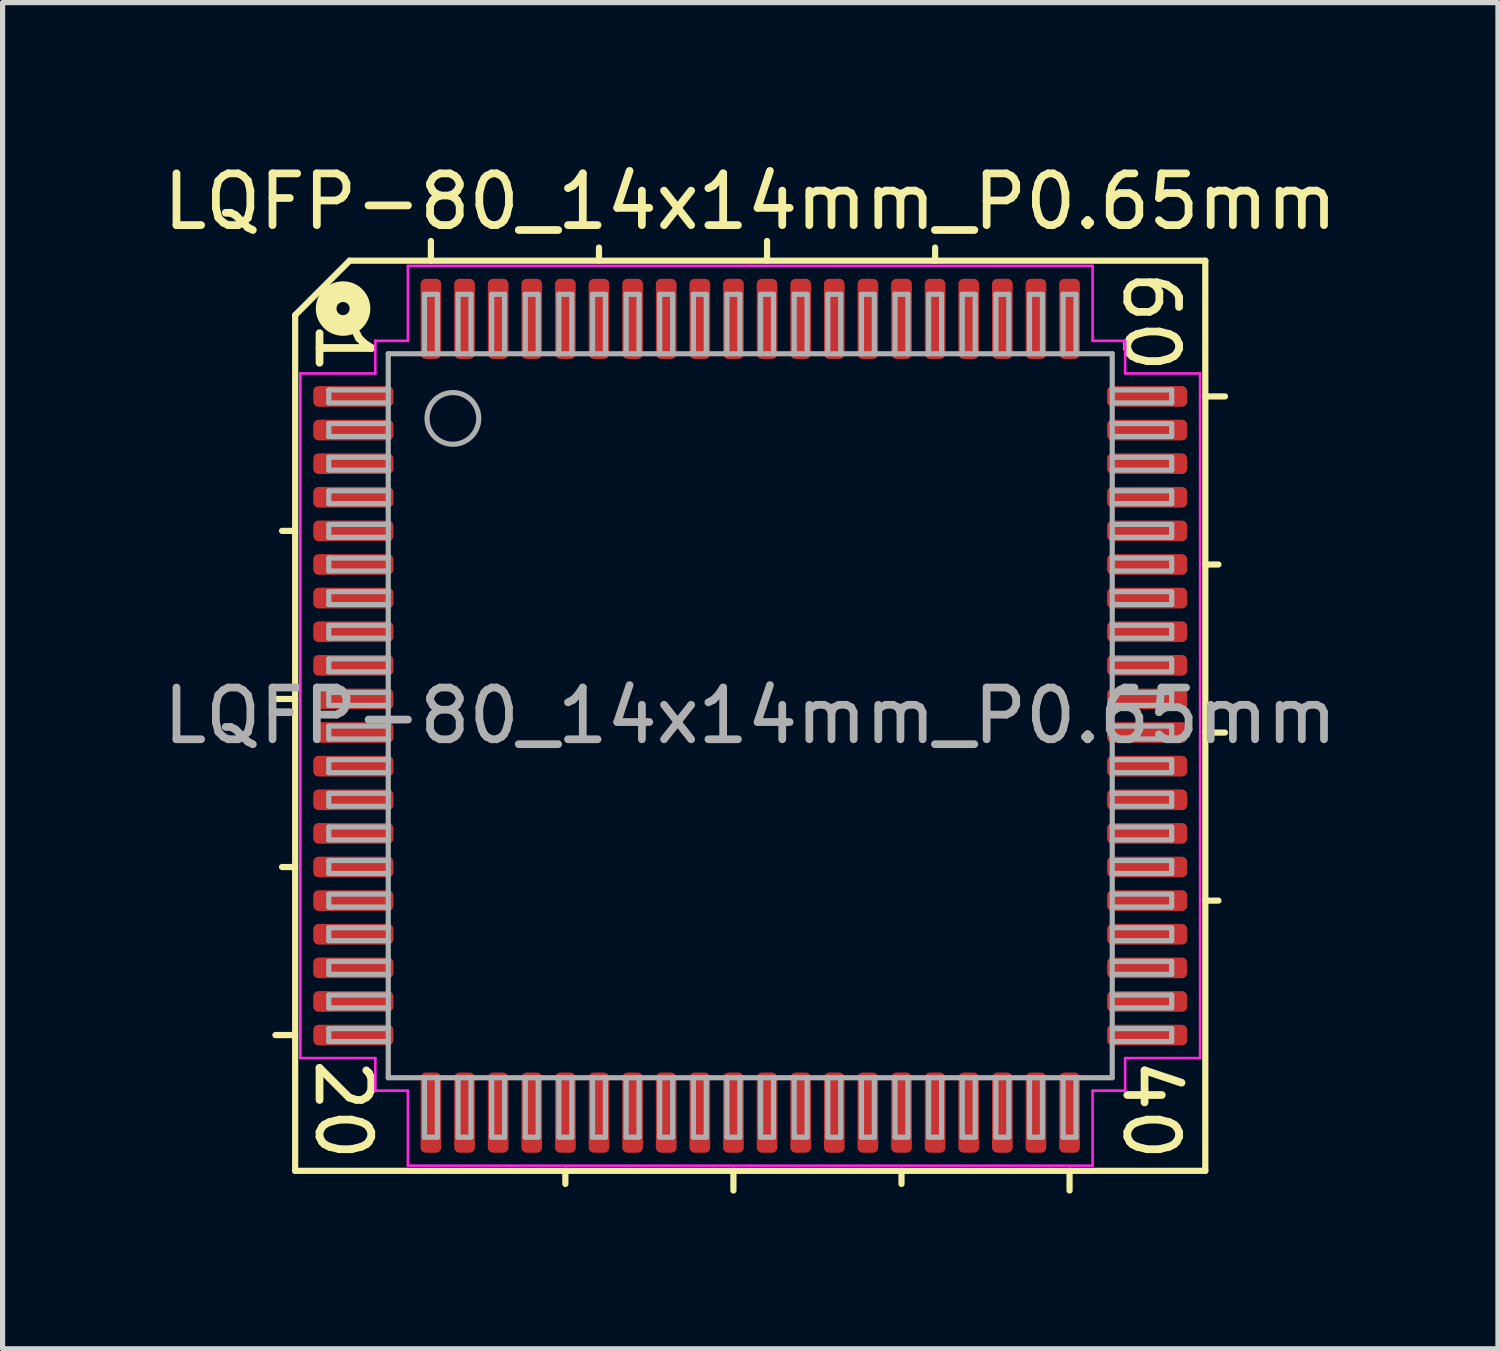
<source format=kicad_pcb>
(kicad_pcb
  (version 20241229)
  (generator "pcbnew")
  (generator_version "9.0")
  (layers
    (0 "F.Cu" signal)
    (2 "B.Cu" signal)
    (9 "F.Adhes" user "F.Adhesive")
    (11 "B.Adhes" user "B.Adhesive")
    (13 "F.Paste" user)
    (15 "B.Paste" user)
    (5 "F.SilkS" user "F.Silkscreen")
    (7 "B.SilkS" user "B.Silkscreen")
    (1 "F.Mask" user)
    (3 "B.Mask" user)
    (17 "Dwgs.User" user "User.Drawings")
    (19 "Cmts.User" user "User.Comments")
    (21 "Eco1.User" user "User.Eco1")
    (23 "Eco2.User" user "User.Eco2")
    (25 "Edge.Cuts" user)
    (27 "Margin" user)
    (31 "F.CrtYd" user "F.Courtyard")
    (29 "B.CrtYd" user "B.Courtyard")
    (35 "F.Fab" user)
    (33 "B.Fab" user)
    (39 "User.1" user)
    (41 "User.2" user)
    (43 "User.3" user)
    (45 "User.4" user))
  (footprint "LQFP-80_14x14mm_P0.65mm"
    (layer "F.Cu")
    (at 11.458 10.791)
    (property "Reference" "LQFP-80_14x14mm_P0.65mm" (at 0 -9.943 0) (layer "F.SilkS") (effects (font (size 1 1) (thickness 0.15))))
    (attr smd)
    (fp_line (start -8.8 -7.747) (end -8.8 8.8) (stroke (width 0.12) (type solid)) (layer "F.SilkS"))
    (fp_line (start -8.8 -3.575) (end -9.054 -3.575) (stroke (width 0.12) (type solid)) (layer "F.SilkS"))
    (fp_line (start -8.8 -0.325) (end -9.181 -0.325) (stroke (width 0.12) (type solid)) (layer "F.SilkS"))
    (fp_line (start -8.8 2.925) (end -9.054 2.925) (stroke (width 0.12) (type solid)) (layer "F.SilkS"))
    (fp_line (start -8.8 6.175) (end -9.181 6.175) (stroke (width 0.12) (type solid)) (layer "F.SilkS"))
    (fp_line (start -8.8 8.8) (end 8.8 8.8) (stroke (width 0.12) (type solid)) (layer "F.SilkS"))
    (fp_line (start -7.747 -8.8) (end -8.8 -7.747) (stroke (width 0.12) (type solid)) (layer "F.SilkS"))
    (fp_line (start -6.175 -8.8) (end -6.175 -9.181) (stroke (width 0.12) (type solid)) (layer "F.SilkS"))
    (fp_line (start -3.575 8.8) (end -3.575 9.054) (stroke (width 0.12) (type solid)) (layer "F.SilkS"))
    (fp_line (start -2.925 -8.8) (end -2.925 -9.054) (stroke (width 0.12) (type solid)) (layer "F.SilkS"))
    (fp_line (start -0.325 8.8) (end -0.325 9.181) (stroke (width 0.12) (type solid)) (layer "F.SilkS"))
    (fp_line (start 0.325 -8.8) (end 0.325 -9.181) (stroke (width 0.12) (type solid)) (layer "F.SilkS"))
    (fp_line (start 2.925 8.8) (end 2.925 9.054) (stroke (width 0.12) (type solid)) (layer "F.SilkS"))
    (fp_line (start 3.575 -8.8) (end 3.575 -9.054) (stroke (width 0.12) (type solid)) (layer "F.SilkS"))
    (fp_line (start 6.175 8.8) (end 6.175 9.181) (stroke (width 0.12) (type solid)) (layer "F.SilkS"))
    (fp_line (start 8.8 -8.8) (end -7.747 -8.8) (stroke (width 0.12) (type solid)) (layer "F.SilkS"))
    (fp_line (start 8.8 -6.175) (end 9.181 -6.175) (stroke (width 0.12) (type solid)) (layer "F.SilkS"))
    (fp_line (start 8.8 -2.925) (end 9.054 -2.925) (stroke (width 0.12) (type solid)) (layer "F.SilkS"))
    (fp_line (start 8.8 0.325) (end 9.181 0.325) (stroke (width 0.12) (type solid)) (layer "F.SilkS"))
    (fp_line (start 8.8 3.575) (end 9.054 3.575) (stroke (width 0.12) (type solid)) (layer "F.SilkS"))
    (fp_line (start 8.8 8.8) (end 8.8 -8.8) (stroke (width 0.12) (type solid)) (layer "F.SilkS"))
    (fp_circle (center -7.874 -7.874) (end -7.747 -7.874) (stroke (width 0.4) (type solid)) (fill no) (layer "F.SilkS"))
    (fp_line (start -8.7 -6.62) (end -8.7 0) (stroke (width 0.05) (type solid)) (layer "F.CrtYd"))
    (fp_line (start -8.7 6.62) (end -8.7 0) (stroke (width 0.05) (type solid)) (layer "F.CrtYd"))
    (fp_line (start -7.25 -7.25) (end -7.25 -6.62) (stroke (width 0.05) (type solid)) (layer "F.CrtYd"))
    (fp_line (start -7.25 -6.62) (end -8.7 -6.62) (stroke (width 0.05) (type solid)) (layer "F.CrtYd"))
    (fp_line (start -7.25 6.62) (end -8.7 6.62) (stroke (width 0.05) (type solid)) (layer "F.CrtYd"))
    (fp_line (start -7.25 7.25) (end -7.25 6.62) (stroke (width 0.05) (type solid)) (layer "F.CrtYd"))
    (fp_line (start -6.62 -8.7) (end -6.62 -7.25) (stroke (width 0.05) (type solid)) (layer "F.CrtYd"))
    (fp_line (start -6.62 -7.25) (end -7.25 -7.25) (stroke (width 0.05) (type solid)) (layer "F.CrtYd"))
    (fp_line (start -6.62 7.25) (end -7.25 7.25) (stroke (width 0.05) (type solid)) (layer "F.CrtYd"))
    (fp_line (start -6.62 8.7) (end -6.62 7.25) (stroke (width 0.05) (type solid)) (layer "F.CrtYd"))
    (fp_line (start 0 -8.7) (end -6.62 -8.7) (stroke (width 0.05) (type solid)) (layer "F.CrtYd"))
    (fp_line (start 0 -8.7) (end 6.62 -8.7) (stroke (width 0.05) (type solid)) (layer "F.CrtYd"))
    (fp_line (start 0 8.7) (end -6.62 8.7) (stroke (width 0.05) (type solid)) (layer "F.CrtYd"))
    (fp_line (start 0 8.7) (end 6.62 8.7) (stroke (width 0.05) (type solid)) (layer "F.CrtYd"))
    (fp_line (start 6.62 -8.7) (end 6.62 -7.25) (stroke (width 0.05) (type solid)) (layer "F.CrtYd"))
    (fp_line (start 6.62 -7.25) (end 7.25 -7.25) (stroke (width 0.05) (type solid)) (layer "F.CrtYd"))
    (fp_line (start 6.62 7.25) (end 7.25 7.25) (stroke (width 0.05) (type solid)) (layer "F.CrtYd"))
    (fp_line (start 6.62 8.7) (end 6.62 7.25) (stroke (width 0.05) (type solid)) (layer "F.CrtYd"))
    (fp_line (start 7.25 -7.25) (end 7.25 -6.62) (stroke (width 0.05) (type solid)) (layer "F.CrtYd"))
    (fp_line (start 7.25 -6.62) (end 8.7 -6.62) (stroke (width 0.05) (type solid)) (layer "F.CrtYd"))
    (fp_line (start 7.25 6.62) (end 8.7 6.62) (stroke (width 0.05) (type solid)) (layer "F.CrtYd"))
    (fp_line (start 7.25 7.25) (end 7.25 6.62) (stroke (width 0.05) (type solid)) (layer "F.CrtYd"))
    (fp_line (start 8.7 -6.62) (end 8.7 0) (stroke (width 0.05) (type solid)) (layer "F.CrtYd"))
    (fp_line (start 8.7 6.62) (end 8.7 0) (stroke (width 0.05) (type solid)) (layer "F.CrtYd"))
    (fp_line (start -8.15 -6.3) (end -8.15 -6.05) (stroke (width 0.1) (type solid)) (layer "F.Fab"))
    (fp_line (start -8.15 -6.3) (end -7 -6.3) (stroke (width 0.1) (type solid)) (layer "F.Fab"))
    (fp_line (start -8.15 -6.05) (end -7 -6.05) (stroke (width 0.1) (type solid)) (layer "F.Fab"))
    (fp_line (start -8.15 -5.65) (end -8.15 -5.4) (stroke (width 0.1) (type solid)) (layer "F.Fab"))
    (fp_line (start -8.15 -5.65) (end -7 -5.65) (stroke (width 0.1) (type solid)) (layer "F.Fab"))
    (fp_line (start -8.15 -5.4) (end -7 -5.4) (stroke (width 0.1) (type solid)) (layer "F.Fab"))
    (fp_line (start -8.15 -5) (end -8.15 -4.75) (stroke (width 0.1) (type solid)) (layer "F.Fab"))
    (fp_line (start -8.15 -5) (end -7 -5) (stroke (width 0.1) (type solid)) (layer "F.Fab"))
    (fp_line (start -8.15 -4.75) (end -7 -4.75) (stroke (width 0.1) (type solid)) (layer "F.Fab"))
    (fp_line (start -8.15 -4.35) (end -8.15 -4.1) (stroke (width 0.1) (type solid)) (layer "F.Fab"))
    (fp_line (start -8.15 -4.35) (end -7 -4.35) (stroke (width 0.1) (type solid)) (layer "F.Fab"))
    (fp_line (start -8.15 -4.1) (end -7 -4.1) (stroke (width 0.1) (type solid)) (layer "F.Fab"))
    (fp_line (start -8.15 -3.7) (end -8.15 -3.45) (stroke (width 0.1) (type solid)) (layer "F.Fab"))
    (fp_line (start -8.15 -3.7) (end -7 -3.7) (stroke (width 0.1) (type solid)) (layer "F.Fab"))
    (fp_line (start -8.15 -3.45) (end -7 -3.45) (stroke (width 0.1) (type solid)) (layer "F.Fab"))
    (fp_line (start -8.15 -3.05) (end -8.15 -2.8) (stroke (width 0.1) (type solid)) (layer "F.Fab"))
    (fp_line (start -8.15 -3.05) (end -7 -3.05) (stroke (width 0.1) (type solid)) (layer "F.Fab"))
    (fp_line (start -8.15 -2.8) (end -7 -2.8) (stroke (width 0.1) (type solid)) (layer "F.Fab"))
    (fp_line (start -8.15 -2.4) (end -8.15 -2.15) (stroke (width 0.1) (type solid)) (layer "F.Fab"))
    (fp_line (start -8.15 -2.4) (end -7 -2.4) (stroke (width 0.1) (type solid)) (layer "F.Fab"))
    (fp_line (start -8.15 -2.15) (end -7 -2.15) (stroke (width 0.1) (type solid)) (layer "F.Fab"))
    (fp_line (start -8.15 -1.75) (end -8.15 -1.5) (stroke (width 0.1) (type solid)) (layer "F.Fab"))
    (fp_line (start -8.15 -1.75) (end -7 -1.75) (stroke (width 0.1) (type solid)) (layer "F.Fab"))
    (fp_line (start -8.15 -1.5) (end -7 -1.5) (stroke (width 0.1) (type solid)) (layer "F.Fab"))
    (fp_line (start -8.15 -1.1) (end -8.15 -0.85) (stroke (width 0.1) (type solid)) (layer "F.Fab"))
    (fp_line (start -8.15 -1.1) (end -7 -1.1) (stroke (width 0.1) (type solid)) (layer "F.Fab"))
    (fp_line (start -8.15 -0.85) (end -7 -0.85) (stroke (width 0.1) (type solid)) (layer "F.Fab"))
    (fp_line (start -8.15 -0.45) (end -8.15 -0.2) (stroke (width 0.1) (type solid)) (layer "F.Fab"))
    (fp_line (start -8.15 -0.45) (end -7 -0.45) (stroke (width 0.1) (type solid)) (layer "F.Fab"))
    (fp_line (start -8.15 -0.2) (end -7 -0.2) (stroke (width 0.1) (type solid)) (layer "F.Fab"))
    (fp_line (start -8.15 0.2) (end -8.15 0.45) (stroke (width 0.1) (type solid)) (layer "F.Fab"))
    (fp_line (start -8.15 0.2) (end -7 0.2) (stroke (width 0.1) (type solid)) (layer "F.Fab"))
    (fp_line (start -8.15 0.45) (end -7 0.45) (stroke (width 0.1) (type solid)) (layer "F.Fab"))
    (fp_line (start -8.15 0.85) (end -8.15 1.1) (stroke (width 0.1) (type solid)) (layer "F.Fab"))
    (fp_line (start -8.15 0.85) (end -7 0.85) (stroke (width 0.1) (type solid)) (layer "F.Fab"))
    (fp_line (start -8.15 1.1) (end -7 1.1) (stroke (width 0.1) (type solid)) (layer "F.Fab"))
    (fp_line (start -8.15 1.5) (end -8.15 1.75) (stroke (width 0.1) (type solid)) (layer "F.Fab"))
    (fp_line (start -8.15 1.5) (end -7 1.5) (stroke (width 0.1) (type solid)) (layer "F.Fab"))
    (fp_line (start -8.15 1.75) (end -7 1.75) (stroke (width 0.1) (type solid)) (layer "F.Fab"))
    (fp_line (start -8.15 2.15) (end -8.15 2.4) (stroke (width 0.1) (type solid)) (layer "F.Fab"))
    (fp_line (start -8.15 2.15) (end -7 2.15) (stroke (width 0.1) (type solid)) (layer "F.Fab"))
    (fp_line (start -8.15 2.4) (end -7 2.4) (stroke (width 0.1) (type solid)) (layer "F.Fab"))
    (fp_line (start -8.15 2.8) (end -8.15 3.05) (stroke (width 0.1) (type solid)) (layer "F.Fab"))
    (fp_line (start -8.15 2.8) (end -7 2.8) (stroke (width 0.1) (type solid)) (layer "F.Fab"))
    (fp_line (start -8.15 3.05) (end -7 3.05) (stroke (width 0.1) (type solid)) (layer "F.Fab"))
    (fp_line (start -8.15 3.45) (end -8.15 3.7) (stroke (width 0.1) (type solid)) (layer "F.Fab"))
    (fp_line (start -8.15 3.45) (end -7 3.45) (stroke (width 0.1) (type solid)) (layer "F.Fab"))
    (fp_line (start -8.15 3.7) (end -7 3.7) (stroke (width 0.1) (type solid)) (layer "F.Fab"))
    (fp_line (start -8.15 4.1) (end -8.15 4.35) (stroke (width 0.1) (type solid)) (layer "F.Fab"))
    (fp_line (start -8.15 4.1) (end -7 4.1) (stroke (width 0.1) (type solid)) (layer "F.Fab"))
    (fp_line (start -8.15 4.35) (end -7 4.35) (stroke (width 0.1) (type solid)) (layer "F.Fab"))
    (fp_line (start -8.15 4.75) (end -8.15 5) (stroke (width 0.1) (type solid)) (layer "F.Fab"))
    (fp_line (start -8.15 4.75) (end -7 4.75) (stroke (width 0.1) (type solid)) (layer "F.Fab"))
    (fp_line (start -8.15 5) (end -7 5) (stroke (width 0.1) (type solid)) (layer "F.Fab"))
    (fp_line (start -8.15 5.4) (end -8.15 5.65) (stroke (width 0.1) (type solid)) (layer "F.Fab"))
    (fp_line (start -8.15 5.4) (end -7 5.4) (stroke (width 0.1) (type solid)) (layer "F.Fab"))
    (fp_line (start -8.15 5.65) (end -7 5.65) (stroke (width 0.1) (type solid)) (layer "F.Fab"))
    (fp_line (start -8.15 6.05) (end -8.15 6.3) (stroke (width 0.1) (type solid)) (layer "F.Fab"))
    (fp_line (start -8.15 6.05) (end -7 6.05) (stroke (width 0.1) (type solid)) (layer "F.Fab"))
    (fp_line (start -8.15 6.3) (end -7 6.3) (stroke (width 0.1) (type solid)) (layer "F.Fab"))
    (fp_line (start -7 -7) (end 7 -7) (stroke (width 0.1) (type solid)) (layer "F.Fab"))
    (fp_line (start -7 7) (end -7 -7) (stroke (width 0.1) (type solid)) (layer "F.Fab"))
    (fp_line (start -6.3 -8.15) (end -6.3 -7) (stroke (width 0.1) (type solid)) (layer "F.Fab"))
    (fp_line (start -6.3 8.15) (end -6.3 7) (stroke (width 0.1) (type solid)) (layer "F.Fab"))
    (fp_line (start -6.3 8.15) (end -6.05 8.15) (stroke (width 0.1) (type solid)) (layer "F.Fab"))
    (fp_line (start -6.05 -8.15) (end -6.3 -8.15) (stroke (width 0.1) (type solid)) (layer "F.Fab"))
    (fp_line (start -6.05 -8.15) (end -6.05 -7) (stroke (width 0.1) (type solid)) (layer "F.Fab"))
    (fp_line (start -6.05 8.15) (end -6.05 7) (stroke (width 0.1) (type solid)) (layer "F.Fab"))
    (fp_line (start -5.65 -8.15) (end -5.65 -7) (stroke (width 0.1) (type solid)) (layer "F.Fab"))
    (fp_line (start -5.65 8.15) (end -5.65 7) (stroke (width 0.1) (type solid)) (layer "F.Fab"))
    (fp_line (start -5.65 8.15) (end -5.4 8.15) (stroke (width 0.1) (type solid)) (layer "F.Fab"))
    (fp_line (start -5.4 -8.15) (end -5.65 -8.15) (stroke (width 0.1) (type solid)) (layer "F.Fab"))
    (fp_line (start -5.4 -8.15) (end -5.4 -7) (stroke (width 0.1) (type solid)) (layer "F.Fab"))
    (fp_line (start -5.4 8.15) (end -5.4 7) (stroke (width 0.1) (type solid)) (layer "F.Fab"))
    (fp_line (start -5 -8.15) (end -5 -7) (stroke (width 0.1) (type solid)) (layer "F.Fab"))
    (fp_line (start -5 8.15) (end -5 7) (stroke (width 0.1) (type solid)) (layer "F.Fab"))
    (fp_line (start -5 8.15) (end -4.75 8.15) (stroke (width 0.1) (type solid)) (layer "F.Fab"))
    (fp_line (start -4.75 -8.15) (end -5 -8.15) (stroke (width 0.1) (type solid)) (layer "F.Fab"))
    (fp_line (start -4.75 -8.15) (end -4.75 -7) (stroke (width 0.1) (type solid)) (layer "F.Fab"))
    (fp_line (start -4.75 8.15) (end -4.75 7) (stroke (width 0.1) (type solid)) (layer "F.Fab"))
    (fp_line (start -4.35 -8.15) (end -4.35 -7) (stroke (width 0.1) (type solid)) (layer "F.Fab"))
    (fp_line (start -4.35 8.15) (end -4.35 7) (stroke (width 0.1) (type solid)) (layer "F.Fab"))
    (fp_line (start -4.35 8.15) (end -4.1 8.15) (stroke (width 0.1) (type solid)) (layer "F.Fab"))
    (fp_line (start -4.1 -8.15) (end -4.35 -8.15) (stroke (width 0.1) (type solid)) (layer "F.Fab"))
    (fp_line (start -4.1 -8.15) (end -4.1 -7) (stroke (width 0.1) (type solid)) (layer "F.Fab"))
    (fp_line (start -4.1 8.15) (end -4.1 7) (stroke (width 0.1) (type solid)) (layer "F.Fab"))
    (fp_line (start -3.7 -8.15) (end -3.7 -7) (stroke (width 0.1) (type solid)) (layer "F.Fab"))
    (fp_line (start -3.7 8.15) (end -3.7 7) (stroke (width 0.1) (type solid)) (layer "F.Fab"))
    (fp_line (start -3.7 8.15) (end -3.45 8.15) (stroke (width 0.1) (type solid)) (layer "F.Fab"))
    (fp_line (start -3.45 -8.15) (end -3.7 -8.15) (stroke (width 0.1) (type solid)) (layer "F.Fab"))
    (fp_line (start -3.45 -8.15) (end -3.45 -7) (stroke (width 0.1) (type solid)) (layer "F.Fab"))
    (fp_line (start -3.45 8.15) (end -3.45 7) (stroke (width 0.1) (type solid)) (layer "F.Fab"))
    (fp_line (start -3.05 -8.15) (end -3.05 -7) (stroke (width 0.1) (type solid)) (layer "F.Fab"))
    (fp_line (start -3.05 8.15) (end -3.05 7) (stroke (width 0.1) (type solid)) (layer "F.Fab"))
    (fp_line (start -3.05 8.15) (end -2.8 8.15) (stroke (width 0.1) (type solid)) (layer "F.Fab"))
    (fp_line (start -2.8 -8.15) (end -3.05 -8.15) (stroke (width 0.1) (type solid)) (layer "F.Fab"))
    (fp_line (start -2.8 -8.15) (end -2.8 -7) (stroke (width 0.1) (type solid)) (layer "F.Fab"))
    (fp_line (start -2.8 8.15) (end -2.8 7) (stroke (width 0.1) (type solid)) (layer "F.Fab"))
    (fp_line (start -2.4 -8.15) (end -2.4 -7) (stroke (width 0.1) (type solid)) (layer "F.Fab"))
    (fp_line (start -2.4 8.15) (end -2.4 7) (stroke (width 0.1) (type solid)) (layer "F.Fab"))
    (fp_line (start -2.4 8.15) (end -2.15 8.15) (stroke (width 0.1) (type solid)) (layer "F.Fab"))
    (fp_line (start -2.15 -8.15) (end -2.4 -8.15) (stroke (width 0.1) (type solid)) (layer "F.Fab"))
    (fp_line (start -2.15 -8.15) (end -2.15 -7) (stroke (width 0.1) (type solid)) (layer "F.Fab"))
    (fp_line (start -2.15 8.15) (end -2.15 7) (stroke (width 0.1) (type solid)) (layer "F.Fab"))
    (fp_line (start -1.75 -8.15) (end -1.75 -7) (stroke (width 0.1) (type solid)) (layer "F.Fab"))
    (fp_line (start -1.75 8.15) (end -1.75 7) (stroke (width 0.1) (type solid)) (layer "F.Fab"))
    (fp_line (start -1.75 8.15) (end -1.5 8.15) (stroke (width 0.1) (type solid)) (layer "F.Fab"))
    (fp_line (start -1.5 -8.15) (end -1.75 -8.15) (stroke (width 0.1) (type solid)) (layer "F.Fab"))
    (fp_line (start -1.5 -8.15) (end -1.5 -7) (stroke (width 0.1) (type solid)) (layer "F.Fab"))
    (fp_line (start -1.5 8.15) (end -1.5 7) (stroke (width 0.1) (type solid)) (layer "F.Fab"))
    (fp_line (start -1.1 -8.15) (end -1.1 -7) (stroke (width 0.1) (type solid)) (layer "F.Fab"))
    (fp_line (start -1.1 8.15) (end -1.1 7) (stroke (width 0.1) (type solid)) (layer "F.Fab"))
    (fp_line (start -1.1 8.15) (end -0.85 8.15) (stroke (width 0.1) (type solid)) (layer "F.Fab"))
    (fp_line (start -0.85 -8.15) (end -1.1 -8.15) (stroke (width 0.1) (type solid)) (layer "F.Fab"))
    (fp_line (start -0.85 -8.15) (end -0.85 -7) (stroke (width 0.1) (type solid)) (layer "F.Fab"))
    (fp_line (start -0.85 8.15) (end -0.85 7) (stroke (width 0.1) (type solid)) (layer "F.Fab"))
    (fp_line (start -0.45 -8.15) (end -0.45 -7) (stroke (width 0.1) (type solid)) (layer "F.Fab"))
    (fp_line (start -0.45 8.15) (end -0.45 7) (stroke (width 0.1) (type solid)) (layer "F.Fab"))
    (fp_line (start -0.45 8.15) (end -0.2 8.15) (stroke (width 0.1) (type solid)) (layer "F.Fab"))
    (fp_line (start -0.2 -8.15) (end -0.45 -8.15) (stroke (width 0.1) (type solid)) (layer "F.Fab"))
    (fp_line (start -0.2 -8.15) (end -0.2 -7) (stroke (width 0.1) (type solid)) (layer "F.Fab"))
    (fp_line (start -0.2 8.15) (end -0.2 7) (stroke (width 0.1) (type solid)) (layer "F.Fab"))
    (fp_line (start 0.2 -8.15) (end 0.2 -7) (stroke (width 0.1) (type solid)) (layer "F.Fab"))
    (fp_line (start 0.2 8.15) (end 0.2 7) (stroke (width 0.1) (type solid)) (layer "F.Fab"))
    (fp_line (start 0.2 8.15) (end 0.45 8.15) (stroke (width 0.1) (type solid)) (layer "F.Fab"))
    (fp_line (start 0.45 -8.15) (end 0.2 -8.15) (stroke (width 0.1) (type solid)) (layer "F.Fab"))
    (fp_line (start 0.45 -8.15) (end 0.45 -7) (stroke (width 0.1) (type solid)) (layer "F.Fab"))
    (fp_line (start 0.45 8.15) (end 0.45 7) (stroke (width 0.1) (type solid)) (layer "F.Fab"))
    (fp_line (start 0.85 -8.15) (end 0.85 -7) (stroke (width 0.1) (type solid)) (layer "F.Fab"))
    (fp_line (start 0.85 8.15) (end 0.85 7) (stroke (width 0.1) (type solid)) (layer "F.Fab"))
    (fp_line (start 0.85 8.15) (end 1.1 8.15) (stroke (width 0.1) (type solid)) (layer "F.Fab"))
    (fp_line (start 1.1 -8.15) (end 0.85 -8.15) (stroke (width 0.1) (type solid)) (layer "F.Fab"))
    (fp_line (start 1.1 -8.15) (end 1.1 -7) (stroke (width 0.1) (type solid)) (layer "F.Fab"))
    (fp_line (start 1.1 8.15) (end 1.1 7) (stroke (width 0.1) (type solid)) (layer "F.Fab"))
    (fp_line (start 1.5 -8.15) (end 1.5 -7) (stroke (width 0.1) (type solid)) (layer "F.Fab"))
    (fp_line (start 1.5 8.15) (end 1.5 7) (stroke (width 0.1) (type solid)) (layer "F.Fab"))
    (fp_line (start 1.5 8.15) (end 1.75 8.15) (stroke (width 0.1) (type solid)) (layer "F.Fab"))
    (fp_line (start 1.75 -8.15) (end 1.5 -8.15) (stroke (width 0.1) (type solid)) (layer "F.Fab"))
    (fp_line (start 1.75 -8.15) (end 1.75 -7) (stroke (width 0.1) (type solid)) (layer "F.Fab"))
    (fp_line (start 1.75 8.15) (end 1.75 7) (stroke (width 0.1) (type solid)) (layer "F.Fab"))
    (fp_line (start 2.15 -8.15) (end 2.15 -7) (stroke (width 0.1) (type solid)) (layer "F.Fab"))
    (fp_line (start 2.15 8.15) (end 2.15 7) (stroke (width 0.1) (type solid)) (layer "F.Fab"))
    (fp_line (start 2.15 8.15) (end 2.4 8.15) (stroke (width 0.1) (type solid)) (layer "F.Fab"))
    (fp_line (start 2.4 -8.15) (end 2.15 -8.15) (stroke (width 0.1) (type solid)) (layer "F.Fab"))
    (fp_line (start 2.4 -8.15) (end 2.4 -7) (stroke (width 0.1) (type solid)) (layer "F.Fab"))
    (fp_line (start 2.4 8.15) (end 2.4 7) (stroke (width 0.1) (type solid)) (layer "F.Fab"))
    (fp_line (start 2.8 -8.15) (end 2.8 -7) (stroke (width 0.1) (type solid)) (layer "F.Fab"))
    (fp_line (start 2.8 8.15) (end 2.8 7) (stroke (width 0.1) (type solid)) (layer "F.Fab"))
    (fp_line (start 2.8 8.15) (end 3.05 8.15) (stroke (width 0.1) (type solid)) (layer "F.Fab"))
    (fp_line (start 3.05 -8.15) (end 2.8 -8.15) (stroke (width 0.1) (type solid)) (layer "F.Fab"))
    (fp_line (start 3.05 -8.15) (end 3.05 -7) (stroke (width 0.1) (type solid)) (layer "F.Fab"))
    (fp_line (start 3.05 8.15) (end 3.05 7) (stroke (width 0.1) (type solid)) (layer "F.Fab"))
    (fp_line (start 3.45 -8.15) (end 3.45 -7) (stroke (width 0.1) (type solid)) (layer "F.Fab"))
    (fp_line (start 3.45 8.15) (end 3.45 7) (stroke (width 0.1) (type solid)) (layer "F.Fab"))
    (fp_line (start 3.45 8.15) (end 3.7 8.15) (stroke (width 0.1) (type solid)) (layer "F.Fab"))
    (fp_line (start 3.7 -8.15) (end 3.45 -8.15) (stroke (width 0.1) (type solid)) (layer "F.Fab"))
    (fp_line (start 3.7 -8.15) (end 3.7 -7) (stroke (width 0.1) (type solid)) (layer "F.Fab"))
    (fp_line (start 3.7 8.15) (end 3.7 7) (stroke (width 0.1) (type solid)) (layer "F.Fab"))
    (fp_line (start 4.1 -8.15) (end 4.1 -7) (stroke (width 0.1) (type solid)) (layer "F.Fab"))
    (fp_line (start 4.1 8.15) (end 4.1 7) (stroke (width 0.1) (type solid)) (layer "F.Fab"))
    (fp_line (start 4.1 8.15) (end 4.35 8.15) (stroke (width 0.1) (type solid)) (layer "F.Fab"))
    (fp_line (start 4.35 -8.15) (end 4.1 -8.15) (stroke (width 0.1) (type solid)) (layer "F.Fab"))
    (fp_line (start 4.35 -8.15) (end 4.35 -7) (stroke (width 0.1) (type solid)) (layer "F.Fab"))
    (fp_line (start 4.35 8.15) (end 4.35 7) (stroke (width 0.1) (type solid)) (layer "F.Fab"))
    (fp_line (start 4.75 -8.15) (end 4.75 -7) (stroke (width 0.1) (type solid)) (layer "F.Fab"))
    (fp_line (start 4.75 8.15) (end 4.75 7) (stroke (width 0.1) (type solid)) (layer "F.Fab"))
    (fp_line (start 4.75 8.15) (end 5 8.15) (stroke (width 0.1) (type solid)) (layer "F.Fab"))
    (fp_line (start 5 -8.15) (end 4.75 -8.15) (stroke (width 0.1) (type solid)) (layer "F.Fab"))
    (fp_line (start 5 -8.15) (end 5 -7) (stroke (width 0.1) (type solid)) (layer "F.Fab"))
    (fp_line (start 5 8.15) (end 5 7) (stroke (width 0.1) (type solid)) (layer "F.Fab"))
    (fp_line (start 5.4 -8.15) (end 5.4 -7) (stroke (width 0.1) (type solid)) (layer "F.Fab"))
    (fp_line (start 5.4 8.15) (end 5.4 7) (stroke (width 0.1) (type solid)) (layer "F.Fab"))
    (fp_line (start 5.4 8.15) (end 5.65 8.15) (stroke (width 0.1) (type solid)) (layer "F.Fab"))
    (fp_line (start 5.65 -8.15) (end 5.4 -8.15) (stroke (width 0.1) (type solid)) (layer "F.Fab"))
    (fp_line (start 5.65 -8.15) (end 5.65 -7) (stroke (width 0.1) (type solid)) (layer "F.Fab"))
    (fp_line (start 5.65 8.15) (end 5.65 7) (stroke (width 0.1) (type solid)) (layer "F.Fab"))
    (fp_line (start 6.05 -8.15) (end 6.05 -7) (stroke (width 0.1) (type solid)) (layer "F.Fab"))
    (fp_line (start 6.05 8.15) (end 6.05 7) (stroke (width 0.1) (type solid)) (layer "F.Fab"))
    (fp_line (start 6.05 8.15) (end 6.3 8.15) (stroke (width 0.1) (type solid)) (layer "F.Fab"))
    (fp_line (start 6.3 -8.15) (end 6.05 -8.15) (stroke (width 0.1) (type solid)) (layer "F.Fab"))
    (fp_line (start 6.3 -8.15) (end 6.3 -7) (stroke (width 0.1) (type solid)) (layer "F.Fab"))
    (fp_line (start 6.3 8.15) (end 6.3 7) (stroke (width 0.1) (type solid)) (layer "F.Fab"))
    (fp_line (start 7 -7) (end 7 7) (stroke (width 0.1) (type solid)) (layer "F.Fab"))
    (fp_line (start 7 7) (end -7 7) (stroke (width 0.1) (type solid)) (layer "F.Fab"))
    (fp_line (start 8.15 -6.3) (end 7 -6.3) (stroke (width 0.1) (type solid)) (layer "F.Fab"))
    (fp_line (start 8.15 -6.05) (end 7 -6.05) (stroke (width 0.1) (type solid)) (layer "F.Fab"))
    (fp_line (start 8.15 -6.05) (end 8.15 -6.3) (stroke (width 0.1) (type solid)) (layer "F.Fab"))
    (fp_line (start 8.15 -5.65) (end 7 -5.65) (stroke (width 0.1) (type solid)) (layer "F.Fab"))
    (fp_line (start 8.15 -5.4) (end 7 -5.4) (stroke (width 0.1) (type solid)) (layer "F.Fab"))
    (fp_line (start 8.15 -5.4) (end 8.15 -5.65) (stroke (width 0.1) (type solid)) (layer "F.Fab"))
    (fp_line (start 8.15 -5) (end 7 -5) (stroke (width 0.1) (type solid)) (layer "F.Fab"))
    (fp_line (start 8.15 -4.75) (end 7 -4.75) (stroke (width 0.1) (type solid)) (layer "F.Fab"))
    (fp_line (start 8.15 -4.75) (end 8.15 -5) (stroke (width 0.1) (type solid)) (layer "F.Fab"))
    (fp_line (start 8.15 -4.35) (end 7 -4.35) (stroke (width 0.1) (type solid)) (layer "F.Fab"))
    (fp_line (start 8.15 -4.1) (end 7 -4.1) (stroke (width 0.1) (type solid)) (layer "F.Fab"))
    (fp_line (start 8.15 -4.1) (end 8.15 -4.35) (stroke (width 0.1) (type solid)) (layer "F.Fab"))
    (fp_line (start 8.15 -3.7) (end 7 -3.7) (stroke (width 0.1) (type solid)) (layer "F.Fab"))
    (fp_line (start 8.15 -3.45) (end 7 -3.45) (stroke (width 0.1) (type solid)) (layer "F.Fab"))
    (fp_line (start 8.15 -3.45) (end 8.15 -3.7) (stroke (width 0.1) (type solid)) (layer "F.Fab"))
    (fp_line (start 8.15 -3.05) (end 7 -3.05) (stroke (width 0.1) (type solid)) (layer "F.Fab"))
    (fp_line (start 8.15 -2.8) (end 7 -2.8) (stroke (width 0.1) (type solid)) (layer "F.Fab"))
    (fp_line (start 8.15 -2.8) (end 8.15 -3.05) (stroke (width 0.1) (type solid)) (layer "F.Fab"))
    (fp_line (start 8.15 -2.4) (end 7 -2.4) (stroke (width 0.1) (type solid)) (layer "F.Fab"))
    (fp_line (start 8.15 -2.15) (end 7 -2.15) (stroke (width 0.1) (type solid)) (layer "F.Fab"))
    (fp_line (start 8.15 -2.15) (end 8.15 -2.4) (stroke (width 0.1) (type solid)) (layer "F.Fab"))
    (fp_line (start 8.15 -1.75) (end 7 -1.75) (stroke (width 0.1) (type solid)) (layer "F.Fab"))
    (fp_line (start 8.15 -1.5) (end 7 -1.5) (stroke (width 0.1) (type solid)) (layer "F.Fab"))
    (fp_line (start 8.15 -1.5) (end 8.15 -1.75) (stroke (width 0.1) (type solid)) (layer "F.Fab"))
    (fp_line (start 8.15 -1.1) (end 7 -1.1) (stroke (width 0.1) (type solid)) (layer "F.Fab"))
    (fp_line (start 8.15 -0.85) (end 7 -0.85) (stroke (width 0.1) (type solid)) (layer "F.Fab"))
    (fp_line (start 8.15 -0.85) (end 8.15 -1.1) (stroke (width 0.1) (type solid)) (layer "F.Fab"))
    (fp_line (start 8.15 -0.45) (end 7 -0.45) (stroke (width 0.1) (type solid)) (layer "F.Fab"))
    (fp_line (start 8.15 -0.2) (end 7 -0.2) (stroke (width 0.1) (type solid)) (layer "F.Fab"))
    (fp_line (start 8.15 -0.2) (end 8.15 -0.45) (stroke (width 0.1) (type solid)) (layer "F.Fab"))
    (fp_line (start 8.15 0.2) (end 7 0.2) (stroke (width 0.1) (type solid)) (layer "F.Fab"))
    (fp_line (start 8.15 0.45) (end 7 0.45) (stroke (width 0.1) (type solid)) (layer "F.Fab"))
    (fp_line (start 8.15 0.45) (end 8.15 0.2) (stroke (width 0.1) (type solid)) (layer "F.Fab"))
    (fp_line (start 8.15 0.85) (end 7 0.85) (stroke (width 0.1) (type solid)) (layer "F.Fab"))
    (fp_line (start 8.15 1.1) (end 7 1.1) (stroke (width 0.1) (type solid)) (layer "F.Fab"))
    (fp_line (start 8.15 1.1) (end 8.15 0.85) (stroke (width 0.1) (type solid)) (layer "F.Fab"))
    (fp_line (start 8.15 1.5) (end 7 1.5) (stroke (width 0.1) (type solid)) (layer "F.Fab"))
    (fp_line (start 8.15 1.75) (end 7 1.75) (stroke (width 0.1) (type solid)) (layer "F.Fab"))
    (fp_line (start 8.15 1.75) (end 8.15 1.5) (stroke (width 0.1) (type solid)) (layer "F.Fab"))
    (fp_line (start 8.15 2.15) (end 7 2.15) (stroke (width 0.1) (type solid)) (layer "F.Fab"))
    (fp_line (start 8.15 2.4) (end 7 2.4) (stroke (width 0.1) (type solid)) (layer "F.Fab"))
    (fp_line (start 8.15 2.4) (end 8.15 2.15) (stroke (width 0.1) (type solid)) (layer "F.Fab"))
    (fp_line (start 8.15 2.8) (end 7 2.8) (stroke (width 0.1) (type solid)) (layer "F.Fab"))
    (fp_line (start 8.15 3.05) (end 7 3.05) (stroke (width 0.1) (type solid)) (layer "F.Fab"))
    (fp_line (start 8.15 3.05) (end 8.15 2.8) (stroke (width 0.1) (type solid)) (layer "F.Fab"))
    (fp_line (start 8.15 3.45) (end 7 3.45) (stroke (width 0.1) (type solid)) (layer "F.Fab"))
    (fp_line (start 8.15 3.7) (end 7 3.7) (stroke (width 0.1) (type solid)) (layer "F.Fab"))
    (fp_line (start 8.15 3.7) (end 8.15 3.45) (stroke (width 0.1) (type solid)) (layer "F.Fab"))
    (fp_line (start 8.15 4.1) (end 7 4.1) (stroke (width 0.1) (type solid)) (layer "F.Fab"))
    (fp_line (start 8.15 4.35) (end 7 4.35) (stroke (width 0.1) (type solid)) (layer "F.Fab"))
    (fp_line (start 8.15 4.35) (end 8.15 4.1) (stroke (width 0.1) (type solid)) (layer "F.Fab"))
    (fp_line (start 8.15 4.75) (end 7 4.75) (stroke (width 0.1) (type solid)) (layer "F.Fab"))
    (fp_line (start 8.15 5) (end 7 5) (stroke (width 0.1) (type solid)) (layer "F.Fab"))
    (fp_line (start 8.15 5) (end 8.15 4.75) (stroke (width 0.1) (type solid)) (layer "F.Fab"))
    (fp_line (start 8.15 5.4) (end 7 5.4) (stroke (width 0.1) (type solid)) (layer "F.Fab"))
    (fp_line (start 8.15 5.65) (end 7 5.65) (stroke (width 0.1) (type solid)) (layer "F.Fab"))
    (fp_line (start 8.15 5.65) (end 8.15 5.4) (stroke (width 0.1) (type solid)) (layer "F.Fab"))
    (fp_line (start 8.15 6.05) (end 7 6.05) (stroke (width 0.1) (type solid)) (layer "F.Fab"))
    (fp_line (start 8.15 6.3) (end 7 6.3) (stroke (width 0.1) (type solid)) (layer "F.Fab"))
    (fp_line (start 8.15 6.3) (end 8.15 6.05) (stroke (width 0.1) (type solid)) (layer "F.Fab"))
    (fp_circle (center -5.75 -5.75) (end -5.25 -5.75) (stroke (width 0.1) (type solid)) (fill no) (layer "F.Fab"))
    (fp_text user "1" (at -7.874 -7.112 270) (unlocked yes) (layer "F.SilkS") (effects (font (size 1 1) (thickness 0.15))))
    (fp_text user "40" (at 7.747 7.62 270) (unlocked yes) (layer "F.SilkS") (effects (font (size 1 1) (thickness 0.15))))
    (fp_text user "20" (at -7.874 7.62 270) (unlocked yes) (layer "F.SilkS") (effects (font (size 1 1) (thickness 0.15))))
    (fp_text user "60" (at 7.747 -7.62 270) (unlocked yes) (layer "F.SilkS") (effects (font (size 1 1) (thickness 0.15))))
    (fp_text user "${REFERENCE}" (at 0 0 0) (layer "F.Fab") (effects (font (size 1 1) (thickness 0.15))))
    (pad "1" smd roundrect (at -7.675 -6.175) (size 1.55 0.4) (layers "F.Cu" "F.Mask" "F.Paste") (roundrect_rratio 0.25))
    (pad "2" smd roundrect (at -7.675 -5.525) (size 1.55 0.4) (layers "F.Cu" "F.Mask" "F.Paste") (roundrect_rratio 0.25))
    (pad "3" smd roundrect (at -7.675 -4.875) (size 1.55 0.4) (layers "F.Cu" "F.Mask" "F.Paste") (roundrect_rratio 0.25))
    (pad "4" smd roundrect (at -7.675 -4.225) (size 1.55 0.4) (layers "F.Cu" "F.Mask" "F.Paste") (roundrect_rratio 0.25))
    (pad "5" smd roundrect (at -7.675 -3.575) (size 1.55 0.4) (layers "F.Cu" "F.Mask" "F.Paste") (roundrect_rratio 0.25))
    (pad "6" smd roundrect (at -7.675 -2.925) (size 1.55 0.4) (layers "F.Cu" "F.Mask" "F.Paste") (roundrect_rratio 0.25))
    (pad "7" smd roundrect (at -7.675 -2.275) (size 1.55 0.4) (layers "F.Cu" "F.Mask" "F.Paste") (roundrect_rratio 0.25))
    (pad "8" smd roundrect (at -7.675 -1.625) (size 1.55 0.4) (layers "F.Cu" "F.Mask" "F.Paste") (roundrect_rratio 0.25))
    (pad "9" smd roundrect (at -7.675 -0.975) (size 1.55 0.4) (layers "F.Cu" "F.Mask" "F.Paste") (roundrect_rratio 0.25))
    (pad "10" smd roundrect (at -7.675 -0.325) (size 1.55 0.4) (layers "F.Cu" "F.Mask" "F.Paste") (roundrect_rratio 0.25))
    (pad "11" smd roundrect (at -7.675 0.325) (size 1.55 0.4) (layers "F.Cu" "F.Mask" "F.Paste") (roundrect_rratio 0.25))
    (pad "12" smd roundrect (at -7.675 0.975) (size 1.55 0.4) (layers "F.Cu" "F.Mask" "F.Paste") (roundrect_rratio 0.25))
    (pad "13" smd roundrect (at -7.675 1.625) (size 1.55 0.4) (layers "F.Cu" "F.Mask" "F.Paste") (roundrect_rratio 0.25))
    (pad "14" smd roundrect (at -7.675 2.275) (size 1.55 0.4) (layers "F.Cu" "F.Mask" "F.Paste") (roundrect_rratio 0.25))
    (pad "15" smd roundrect (at -7.675 2.925) (size 1.55 0.4) (layers "F.Cu" "F.Mask" "F.Paste") (roundrect_rratio 0.25))
    (pad "16" smd roundrect (at -7.675 3.575) (size 1.55 0.4) (layers "F.Cu" "F.Mask" "F.Paste") (roundrect_rratio 0.25))
    (pad "17" smd roundrect (at -7.675 4.225) (size 1.55 0.4) (layers "F.Cu" "F.Mask" "F.Paste") (roundrect_rratio 0.25))
    (pad "18" smd roundrect (at -7.675 4.875) (size 1.55 0.4) (layers "F.Cu" "F.Mask" "F.Paste") (roundrect_rratio 0.25))
    (pad "19" smd roundrect (at -7.675 5.525) (size 1.55 0.4) (layers "F.Cu" "F.Mask" "F.Paste") (roundrect_rratio 0.25))
    (pad "20" smd roundrect (at -7.675 6.175) (size 1.55 0.4) (layers "F.Cu" "F.Mask" "F.Paste") (roundrect_rratio 0.25))
    (pad "21" smd roundrect (at -6.175 7.675) (size 0.4 1.55) (layers "F.Cu" "F.Mask" "F.Paste") (roundrect_rratio 0.25))
    (pad "22" smd roundrect (at -5.525 7.675) (size 0.4 1.55) (layers "F.Cu" "F.Mask" "F.Paste") (roundrect_rratio 0.25))
    (pad "23" smd roundrect (at -4.875 7.675) (size 0.4 1.55) (layers "F.Cu" "F.Mask" "F.Paste") (roundrect_rratio 0.25))
    (pad "24" smd roundrect (at -4.225 7.675) (size 0.4 1.55) (layers "F.Cu" "F.Mask" "F.Paste") (roundrect_rratio 0.25))
    (pad "25" smd roundrect (at -3.575 7.675) (size 0.4 1.55) (layers "F.Cu" "F.Mask" "F.Paste") (roundrect_rratio 0.25))
    (pad "26" smd roundrect (at -2.925 7.675) (size 0.4 1.55) (layers "F.Cu" "F.Mask" "F.Paste") (roundrect_rratio 0.25))
    (pad "27" smd roundrect (at -2.275 7.675) (size 0.4 1.55) (layers "F.Cu" "F.Mask" "F.Paste") (roundrect_rratio 0.25))
    (pad "28" smd roundrect (at -1.625 7.675) (size 0.4 1.55) (layers "F.Cu" "F.Mask" "F.Paste") (roundrect_rratio 0.25))
    (pad "29" smd roundrect (at -0.975 7.675) (size 0.4 1.55) (layers "F.Cu" "F.Mask" "F.Paste") (roundrect_rratio 0.25))
    (pad "30" smd roundrect (at -0.325 7.675) (size 0.4 1.55) (layers "F.Cu" "F.Mask" "F.Paste") (roundrect_rratio 0.25))
    (pad "31" smd roundrect (at 0.325 7.675) (size 0.4 1.55) (layers "F.Cu" "F.Mask" "F.Paste") (roundrect_rratio 0.25))
    (pad "32" smd roundrect (at 0.975 7.675) (size 0.4 1.55) (layers "F.Cu" "F.Mask" "F.Paste") (roundrect_rratio 0.25))
    (pad "33" smd roundrect (at 1.625 7.675) (size 0.4 1.55) (layers "F.Cu" "F.Mask" "F.Paste") (roundrect_rratio 0.25))
    (pad "34" smd roundrect (at 2.275 7.675) (size 0.4 1.55) (layers "F.Cu" "F.Mask" "F.Paste") (roundrect_rratio 0.25))
    (pad "35" smd roundrect (at 2.925 7.675) (size 0.4 1.55) (layers "F.Cu" "F.Mask" "F.Paste") (roundrect_rratio 0.25))
    (pad "36" smd roundrect (at 3.575 7.675) (size 0.4 1.55) (layers "F.Cu" "F.Mask" "F.Paste") (roundrect_rratio 0.25))
    (pad "37" smd roundrect (at 4.225 7.675) (size 0.4 1.55) (layers "F.Cu" "F.Mask" "F.Paste") (roundrect_rratio 0.25))
    (pad "38" smd roundrect (at 4.875 7.675) (size 0.4 1.55) (layers "F.Cu" "F.Mask" "F.Paste") (roundrect_rratio 0.25))
    (pad "39" smd roundrect (at 5.525 7.675) (size 0.4 1.55) (layers "F.Cu" "F.Mask" "F.Paste") (roundrect_rratio 0.25))
    (pad "40" smd roundrect (at 6.175 7.675) (size 0.4 1.55) (layers "F.Cu" "F.Mask" "F.Paste") (roundrect_rratio 0.25))
    (pad "41" smd roundrect (at 7.675 6.175) (size 1.55 0.4) (layers "F.Cu" "F.Mask" "F.Paste") (roundrect_rratio 0.25))
    (pad "42" smd roundrect (at 7.675 5.525) (size 1.55 0.4) (layers "F.Cu" "F.Mask" "F.Paste") (roundrect_rratio 0.25))
    (pad "43" smd roundrect (at 7.675 4.875) (size 1.55 0.4) (layers "F.Cu" "F.Mask" "F.Paste") (roundrect_rratio 0.25))
    (pad "44" smd roundrect (at 7.675 4.225) (size 1.55 0.4) (layers "F.Cu" "F.Mask" "F.Paste") (roundrect_rratio 0.25))
    (pad "45" smd roundrect (at 7.675 3.575) (size 1.55 0.4) (layers "F.Cu" "F.Mask" "F.Paste") (roundrect_rratio 0.25))
    (pad "46" smd roundrect (at 7.675 2.925) (size 1.55 0.4) (layers "F.Cu" "F.Mask" "F.Paste") (roundrect_rratio 0.25))
    (pad "47" smd roundrect (at 7.675 2.275) (size 1.55 0.4) (layers "F.Cu" "F.Mask" "F.Paste") (roundrect_rratio 0.25))
    (pad "48" smd roundrect (at 7.675 1.625) (size 1.55 0.4) (layers "F.Cu" "F.Mask" "F.Paste") (roundrect_rratio 0.25))
    (pad "49" smd roundrect (at 7.675 0.975) (size 1.55 0.4) (layers "F.Cu" "F.Mask" "F.Paste") (roundrect_rratio 0.25))
    (pad "50" smd roundrect (at 7.675 0.325) (size 1.55 0.4) (layers "F.Cu" "F.Mask" "F.Paste") (roundrect_rratio 0.25))
    (pad "51" smd roundrect (at 7.675 -0.325) (size 1.55 0.4) (layers "F.Cu" "F.Mask" "F.Paste") (roundrect_rratio 0.25))
    (pad "52" smd roundrect (at 7.675 -0.975) (size 1.55 0.4) (layers "F.Cu" "F.Mask" "F.Paste") (roundrect_rratio 0.25))
    (pad "53" smd roundrect (at 7.675 -1.625) (size 1.55 0.4) (layers "F.Cu" "F.Mask" "F.Paste") (roundrect_rratio 0.25))
    (pad "54" smd roundrect (at 7.675 -2.275) (size 1.55 0.4) (layers "F.Cu" "F.Mask" "F.Paste") (roundrect_rratio 0.25))
    (pad "55" smd roundrect (at 7.675 -2.925) (size 1.55 0.4) (layers "F.Cu" "F.Mask" "F.Paste") (roundrect_rratio 0.25))
    (pad "56" smd roundrect (at 7.675 -3.575) (size 1.55 0.4) (layers "F.Cu" "F.Mask" "F.Paste") (roundrect_rratio 0.25))
    (pad "57" smd roundrect (at 7.675 -4.225) (size 1.55 0.4) (layers "F.Cu" "F.Mask" "F.Paste") (roundrect_rratio 0.25))
    (pad "58" smd roundrect (at 7.675 -4.875) (size 1.55 0.4) (layers "F.Cu" "F.Mask" "F.Paste") (roundrect_rratio 0.25))
    (pad "59" smd roundrect (at 7.675 -5.525) (size 1.55 0.4) (layers "F.Cu" "F.Mask" "F.Paste") (roundrect_rratio 0.25))
    (pad "60" smd roundrect (at 7.675 -6.175) (size 1.55 0.4) (layers "F.Cu" "F.Mask" "F.Paste") (roundrect_rratio 0.25))
    (pad "61" smd roundrect (at 6.175 -7.675) (size 0.4 1.55) (layers "F.Cu" "F.Mask" "F.Paste") (roundrect_rratio 0.25))
    (pad "62" smd roundrect (at 5.525 -7.675) (size 0.4 1.55) (layers "F.Cu" "F.Mask" "F.Paste") (roundrect_rratio 0.25))
    (pad "63" smd roundrect (at 4.875 -7.675) (size 0.4 1.55) (layers "F.Cu" "F.Mask" "F.Paste") (roundrect_rratio 0.25))
    (pad "64" smd roundrect (at 4.225 -7.675) (size 0.4 1.55) (layers "F.Cu" "F.Mask" "F.Paste") (roundrect_rratio 0.25))
    (pad "65" smd roundrect (at 3.575 -7.675) (size 0.4 1.55) (layers "F.Cu" "F.Mask" "F.Paste") (roundrect_rratio 0.25))
    (pad "66" smd roundrect (at 2.925 -7.675) (size 0.4 1.55) (layers "F.Cu" "F.Mask" "F.Paste") (roundrect_rratio 0.25))
    (pad "67" smd roundrect (at 2.275 -7.675) (size 0.4 1.55) (layers "F.Cu" "F.Mask" "F.Paste") (roundrect_rratio 0.25))
    (pad "68" smd roundrect (at 1.625 -7.675) (size 0.4 1.55) (layers "F.Cu" "F.Mask" "F.Paste") (roundrect_rratio 0.25))
    (pad "69" smd roundrect (at 0.975 -7.675) (size 0.4 1.55) (layers "F.Cu" "F.Mask" "F.Paste") (roundrect_rratio 0.25))
    (pad "70" smd roundrect (at 0.325 -7.675) (size 0.4 1.55) (layers "F.Cu" "F.Mask" "F.Paste") (roundrect_rratio 0.25))
    (pad "71" smd roundrect (at -0.325 -7.675) (size 0.4 1.55) (layers "F.Cu" "F.Mask" "F.Paste") (roundrect_rratio 0.25))
    (pad "72" smd roundrect (at -0.975 -7.675) (size 0.4 1.55) (layers "F.Cu" "F.Mask" "F.Paste") (roundrect_rratio 0.25))
    (pad "73" smd roundrect (at -1.625 -7.675) (size 0.4 1.55) (layers "F.Cu" "F.Mask" "F.Paste") (roundrect_rratio 0.25))
    (pad "74" smd roundrect (at -2.275 -7.675) (size 0.4 1.55) (layers "F.Cu" "F.Mask" "F.Paste") (roundrect_rratio 0.25))
    (pad "75" smd roundrect (at -2.925 -7.675) (size 0.4 1.55) (layers "F.Cu" "F.Mask" "F.Paste") (roundrect_rratio 0.25))
    (pad "76" smd roundrect (at -3.575 -7.675) (size 0.4 1.55) (layers "F.Cu" "F.Mask" "F.Paste") (roundrect_rratio 0.25))
    (pad "77" smd roundrect (at -4.225 -7.675) (size 0.4 1.55) (layers "F.Cu" "F.Mask" "F.Paste") (roundrect_rratio 0.25))
    (pad "78" smd roundrect (at -4.875 -7.675) (size 0.4 1.55) (layers "F.Cu" "F.Mask" "F.Paste") (roundrect_rratio 0.25))
    (pad "79" smd roundrect (at -5.525 -7.675) (size 0.4 1.55) (layers "F.Cu" "F.Mask" "F.Paste") (roundrect_rratio 0.25))
    (pad "80" smd roundrect (at -6.175 -7.675) (size 0.4 1.55) (layers "F.Cu" "F.Mask" "F.Paste") (roundrect_rratio 0.25)))
  (gr_rect
    (start -3 -3)
    (end 25.917 23.032)
    (stroke (width 0.1) (type default))
    (fill no)
    (layer "Edge.Cuts")))
</source>
